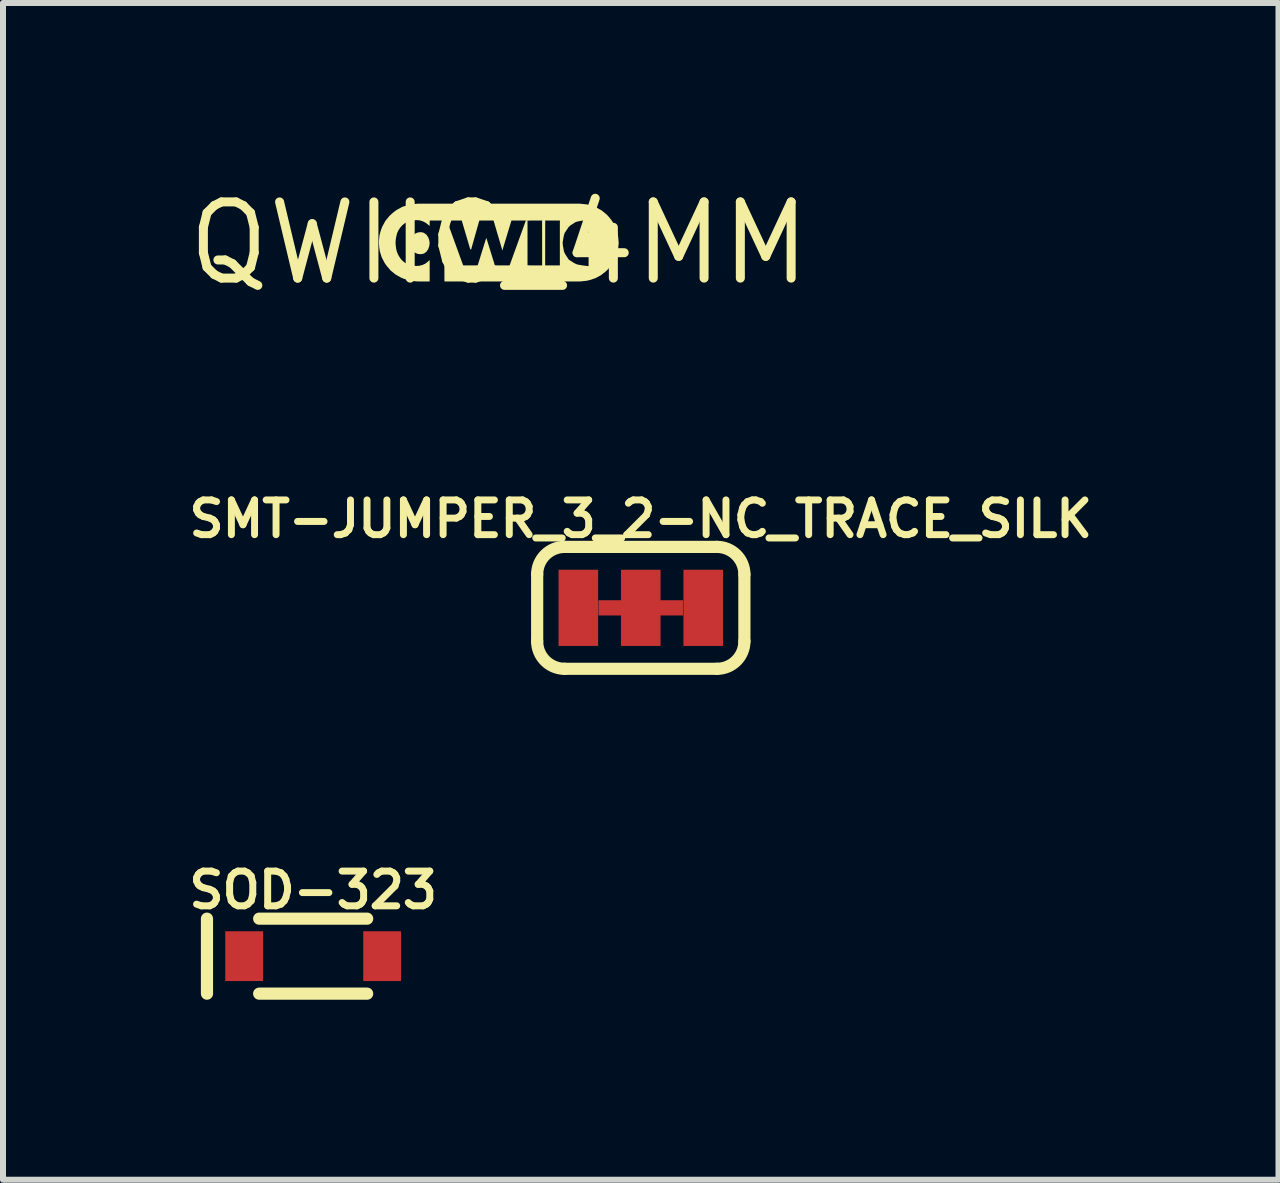
<source format=kicad_pcb>
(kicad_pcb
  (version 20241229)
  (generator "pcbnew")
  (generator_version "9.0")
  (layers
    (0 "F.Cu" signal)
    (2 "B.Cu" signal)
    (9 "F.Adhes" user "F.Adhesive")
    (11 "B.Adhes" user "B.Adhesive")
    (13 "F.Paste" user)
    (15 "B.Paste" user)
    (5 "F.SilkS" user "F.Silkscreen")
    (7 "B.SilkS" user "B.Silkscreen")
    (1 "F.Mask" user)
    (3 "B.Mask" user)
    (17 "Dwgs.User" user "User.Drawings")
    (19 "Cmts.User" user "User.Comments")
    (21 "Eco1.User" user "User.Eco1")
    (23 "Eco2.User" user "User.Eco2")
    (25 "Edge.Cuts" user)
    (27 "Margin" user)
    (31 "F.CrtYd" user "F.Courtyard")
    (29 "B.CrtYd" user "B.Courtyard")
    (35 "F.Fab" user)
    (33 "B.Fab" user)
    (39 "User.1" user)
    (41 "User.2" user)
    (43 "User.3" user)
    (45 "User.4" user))
  (footprint "QWIIC_4MM"
    (layer "F.Cu")
    (at 5.269 1.006)
    (property "Reference" "QWIIC_4MM" (at 0 0 0) (layer "F.SilkS") (effects (font (size 1.27 1.27) (thickness 0.15))))
    (attr through_hole)
    (fp_poly (pts (xy -1.467 -0.078) (xy -1.475 -0.026) (xy -1.474 0.025) (xy -1.465 0.077) (xy -1.44 0.122) (xy -1.401 0.157) (xy -1.354 0.177) (xy -1.303 0.181) (xy -1.252 0.171) (xy -1.21 0.139) (xy -1.181 0.096) (xy -1.164 0.047) (xy -1.157 -0.004) (xy -1.165 -0.056) (xy -1.183 -0.104) (xy -1.213 -0.146) (xy -1.255 -0.176) (xy -1.306 -0.187) (xy -1.358 -0.18) (xy -1.404 -0.159) (xy -1.441 -0.124)) (stroke (width 0) (type solid)) (fill yes) (layer "F.SilkS"))
    (fp_poly (pts (xy 1.346 -0.661) (xy -1.355 -0.661) (xy -1.461 -0.65) (xy -1.513 -0.64) (xy -1.613 -0.608) (xy -1.707 -0.557) (xy -1.749 -0.526) (xy -1.79 -0.492) (xy -1.828 -0.456) (xy -1.895 -0.374) (xy -1.946 -0.281) (xy -1.965 -0.232) (xy -1.981 -0.181) (xy -1.994 -0.13) (xy -2.004 -0.024) (xy -2.001 0.028) (xy -1.996 0.081) (xy -1.988 0.133) (xy -1.956 0.234) (xy -1.907 0.328) (xy -1.877 0.371) (xy -1.809 0.452) (xy -1.727 0.519) (xy -1.635 0.571) (xy -1.586 0.592) (xy -1.485 0.623) (xy -1.38 0.634) (xy -1.327 0.636) (xy -1.158 0.636) (xy -1.157 0.594) (xy -1.157 0.277) (xy -1.188 0.307) (xy -1.23 0.339) (xy -1.278 0.361) (xy -1.33 0.374) (xy -1.382 0.377) (xy -1.435 0.372) (xy -1.486 0.36) (xy -1.536 0.342) (xy -1.582 0.315) (xy -1.621 0.28) (xy -1.654 0.239) (xy -1.681 0.193) (xy -1.702 0.145) (xy -1.715 0.094) (xy -1.722 0.041) (xy -1.726 -0.012) (xy -1.722 -0.064) (xy -1.713 -0.116) (xy -1.7 -0.168) (xy -1.678 -0.216) (xy -1.649 -0.26) (xy -1.614 -0.3) (xy -1.574 -0.333) (xy -1.527 -0.359) (xy -1.477 -0.375) (xy -1.425 -0.384) (xy -1.372 -0.387) (xy -1.32 -0.382) (xy -1.269 -0.366) (xy -1.222 -0.342) (xy -1.181 -0.309) (xy -1.157 -0.29) (xy -1.157 -0.351) (xy -1.155 -0.38) (xy -0.913 -0.38) (xy -0.913 -0.349) (xy -0.859 -0.352) (xy -0.869 -0.38) (xy -0.622 -0.38) (xy -0.615 -0.355) (xy -0.48 0.102) (xy -0.465 0.1) (xy -0.33 -0.379) (xy -0.295 -0.38) (xy -0.137 -0.38) (xy -0.092 -0.38) (xy 0.045 0.085) (xy 0.054 0.121) (xy 0.194 -0.341) (xy 0.206 -0.38) (xy 0.418 -0.38) (xy 0.486 -0.378) (xy 0.524 -0.38) (xy 0.719 -0.38) (xy 0.717 -0.368) (xy 0.769 -0.359) (xy 0.769 -0.38) (xy 1.014 -0.38) (xy 1.013 -0.343) (xy 1.159 -0.27) (xy 1.188 -0.298) (xy 1.277 -0.355) (xy 1.327 -0.368) (xy 1.432 -0.386) (xy 1.492 -0.386) (xy 1.492 -0.34) (xy 1.492 -0.181) (xy 1.452 -0.184) (xy 1.4 -0.173) (xy 1.357 -0.143) (xy 1.327 -0.1) (xy 1.311 -0.051) (xy 1.305 0.002) (xy 1.313 0.054) (xy 1.332 0.103) (xy 1.365 0.143) (xy 1.41 0.168) (xy 1.462 0.177) (xy 1.492 0.182) (xy 1.492 0.381) (xy 1.457 0.376) (xy 1.404 0.37) (xy 1.3 0.352) (xy 1.253 0.33) (xy 1.163 0.273) (xy 1.105 0.185) (xy 1.082 0.138) (xy 1.063 0.034) (xy 1.06 -0.018) (xy 1.078 -0.123) (xy 1.093 -0.173) (xy 1.158 -0.269) (xy 1.013 -0.345) (xy 1.013 0.368) (xy 1.001 0.368) (xy 0.789 0.368) (xy 0.768 0.367) (xy 0.769 -0.36) (xy 0.717 -0.368) (xy 0.718 0.367) (xy 0.682 0.368) (xy 0.524 0.368) (xy 0.474 0.365) (xy 0.474 -0.377) (xy 0.445 -0.377) (xy 0.433 -0.344) (xy 0.176 0.367) (xy 0.139 0.368) (xy -0.02 0.368) (xy -0.071 0.365) (xy -0.212 -0.09) (xy -0.228 -0.046) (xy -0.356 0.366) (xy -0.399 0.368) (xy -0.558 0.368) (xy -0.599 0.367) (xy -0.86 -0.352) (xy -0.913 -0.349) (xy -0.911 0.617) (xy -0.91 0.636) (xy 1.348 0.636) (xy 1.453 0.625) (xy 1.505 0.614) (xy 1.606 0.581) (xy 1.699 0.531) (xy 1.782 0.465) (xy 1.819 0.428) (xy 1.886 0.346) (xy 1.937 0.253) (xy 1.955 0.203) (xy 1.971 0.153) (xy 1.983 0.102) (xy 1.994 -0.004) (xy 1.985 -0.109) (xy 1.976 -0.161) (xy 1.944 -0.262) (xy 1.894 -0.356) (xy 1.864 -0.399) (xy 1.83 -0.44) (xy 1.795 -0.479) (xy 1.713 -0.546) (xy 1.621 -0.598) (xy 1.572 -0.618) (xy 1.47 -0.648) (xy 1.365 -0.659)) (stroke (width 0) (type solid)) (fill yes) (layer "F.SilkS")))
  (footprint "SMT-JUMPER_3_2-NC_TRACE_SILK"
    (layer "F.Cu")
    (at 7.631 7.082)
    (property "Reference" "SMT-JUMPER_3_2-NC_TRACE_SILK" (at 0 -1.143 0) (layer "F.SilkS") (effects (font (size 0.579 0.579) (thickness 0.116)) (justify bottom)))
    (attr through_hole)
    (fp_poly (pts (xy -0.705 -0.127) (xy 0.705 -0.127) (xy 0.705 0.127) (xy -0.705 0.127)) (stroke (width 0) (type solid)) (fill yes) (layer "F.Cu"))
    (fp_poly (pts (xy -0.699 -0.127) (xy -0.318 -0.127) (xy -0.318 0.127) (xy -0.699 0.127)) (stroke (width 0) (type solid)) (fill yes) (layer "F.Mask"))
    (fp_poly (pts (xy 0.318 -0.127) (xy 0.699 -0.127) (xy 0.699 0.127) (xy 0.318 0.127)) (stroke (width 0) (type solid)) (fill yes) (layer "F.Mask"))
    (fp_line (start -1.727 0.559) (end -1.727 -0.559) (stroke (width 0.203) (type solid)) (layer "F.SilkS"))
    (fp_line (start -1.27 -1.016) (end 1.27 -1.016) (stroke (width 0.203) (type solid)) (layer "F.SilkS"))
    (fp_line (start 1.27 1.016) (end -1.27 1.016) (stroke (width 0.203) (type solid)) (layer "F.SilkS"))
    (fp_line (start 1.727 0.559) (end 1.727 -0.559) (stroke (width 0.203) (type solid)) (layer "F.SilkS"))
    (fp_arc (start -1.7272 -0.5588) (mid -1.593289 -0.882089) (end -1.27 -1.016) (stroke (width 0.2032) (type solid)) (layer "F.SilkS"))
    (fp_arc (start -1.27 1.016) (mid -1.593289 0.882089) (end -1.7272 0.5588) (stroke (width 0.2032) (type solid)) (layer "F.SilkS"))
    (fp_arc (start 1.27 -1.016) (mid 1.593289 -0.882089) (end 1.7272 -0.5588) (stroke (width 0.2032) (type solid)) (layer "F.SilkS"))
    (fp_arc (start 1.7272 0.5588) (mid 1.593289 0.882089) (end 1.27 1.016) (stroke (width 0.2032) (type solid)) (layer "F.SilkS"))
    (pad "1" smd rect (at -1.041 0) (size 0.66 1.27) (layers "F.Cu" "F.Mask"))
    (pad "2" smd rect (at 0 0) (size 0.66 1.27) (layers "F.Cu" "F.Mask"))
    (pad "3" smd rect (at 1.041 0) (size 0.66 1.27) (layers "F.Cu" "F.Mask")))
  (footprint "SOD-323"
    (layer "F.Cu")
    (at 2.17 12.888)
    (property "Reference" "SOD-323" (at 0 -0.762 0) (layer "F.SilkS") (effects (font (size 0.579 0.579) (thickness 0.116)) (justify bottom)))
    (attr through_hole)
    (fp_line (start -1.77 -0.625) (end -1.77 0.625) (stroke (width 0.203) (type solid)) (layer "F.SilkS"))
    (fp_line (start -0.9 -0.625) (end 0.9 -0.625) (stroke (width 0.203) (type solid)) (layer "F.SilkS"))
    (fp_line (start -0.9 0.625) (end 0.9 0.625) (stroke (width 0.203) (type solid)) (layer "F.SilkS"))
    (pad "A" smd rect (at 1.15 0) (size 0.63 0.83) (layers "F.Cu" "F.Mask" "F.Paste"))
    (pad "C" smd rect (at -1.15 0) (size 0.63 0.83) (layers "F.Cu" "F.Mask" "F.Paste")))
  (gr_rect
    (start -3 -3)
    (end 18.261 16.615)
    (stroke (width 0.1) (type default))
    (fill no)
    (layer "Edge.Cuts")))
</source>
